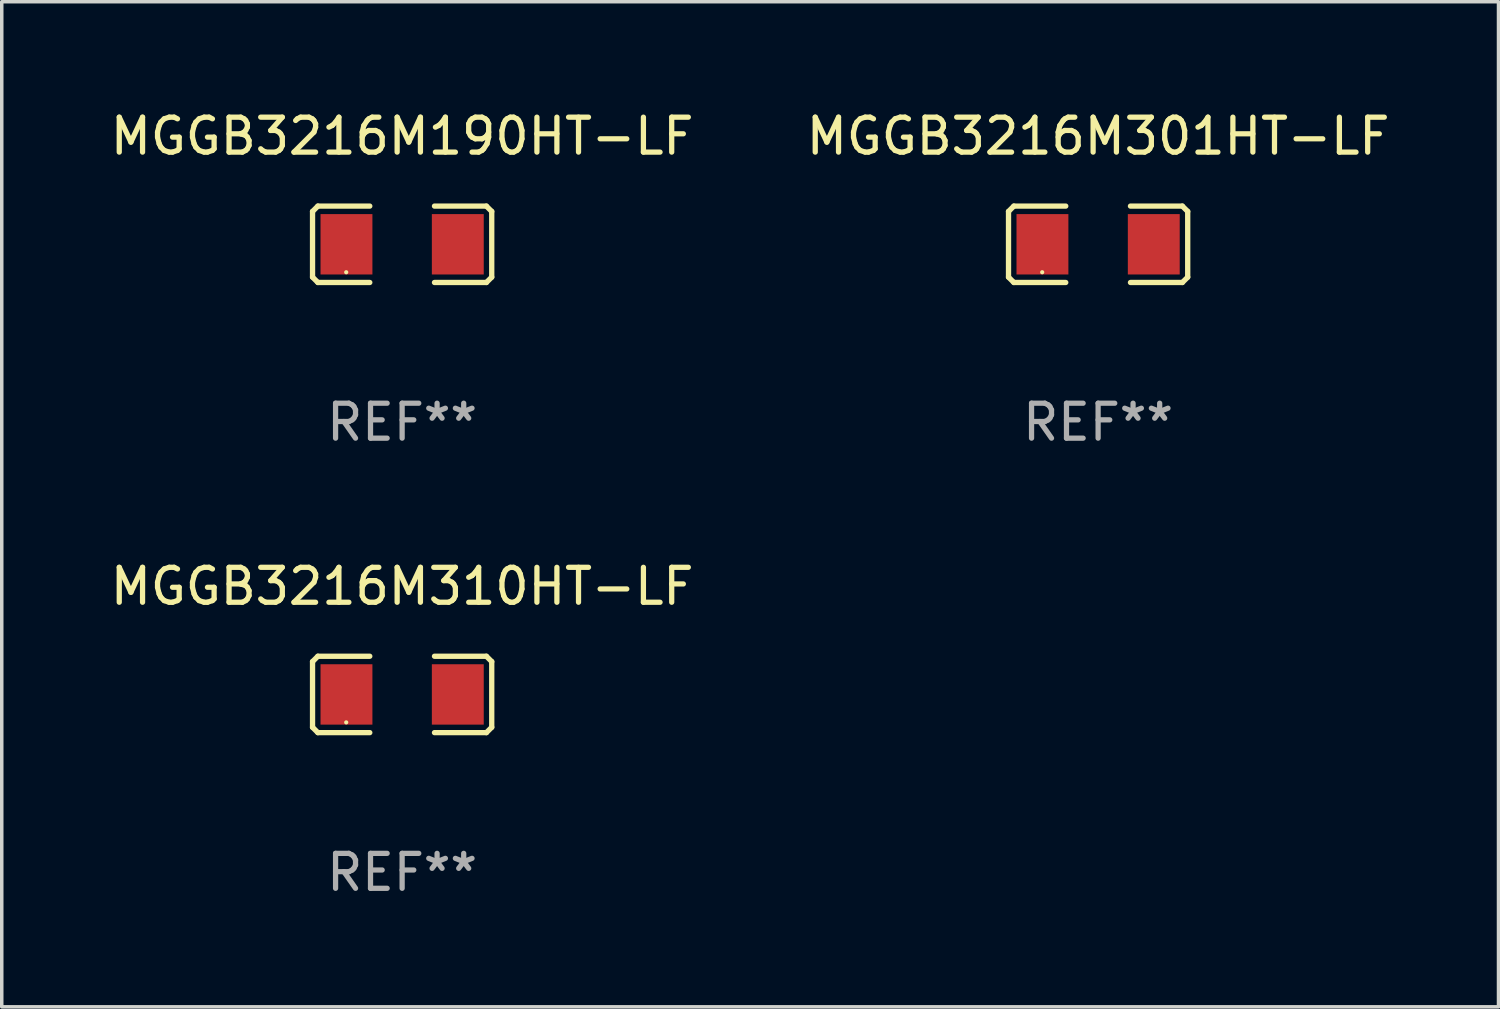
<source format=kicad_pcb>
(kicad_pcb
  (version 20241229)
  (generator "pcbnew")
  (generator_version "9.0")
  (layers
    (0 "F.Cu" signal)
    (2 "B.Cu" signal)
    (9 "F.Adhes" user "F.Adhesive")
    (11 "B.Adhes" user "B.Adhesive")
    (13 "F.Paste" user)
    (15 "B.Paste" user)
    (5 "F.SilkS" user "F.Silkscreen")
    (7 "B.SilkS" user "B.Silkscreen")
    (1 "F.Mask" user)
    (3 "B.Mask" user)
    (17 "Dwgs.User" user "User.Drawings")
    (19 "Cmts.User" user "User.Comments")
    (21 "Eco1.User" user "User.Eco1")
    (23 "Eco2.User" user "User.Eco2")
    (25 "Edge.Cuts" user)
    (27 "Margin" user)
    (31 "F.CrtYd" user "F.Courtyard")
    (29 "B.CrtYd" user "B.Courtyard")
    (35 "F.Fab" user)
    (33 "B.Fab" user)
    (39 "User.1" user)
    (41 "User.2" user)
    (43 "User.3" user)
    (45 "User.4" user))
  (footprint "MGGB3216M310HT-LF"
    (layer "F.Cu")
    (at 8.458 16.823)
    (property "Reference" "MGGB3216M310HT-LF" (at 0 -3.093 0) (layer "F.SilkS") (effects (font (size 1 1) (thickness 0.15))))
    (attr through_hole)
    (fp_line (start -2.564 -0.94) (end -2.411 -1.093) (stroke (width 0.152) (type solid)) (layer "F.SilkS"))
    (fp_line (start -2.564 0.94) (end -2.564 -0.94) (stroke (width 0.152) (type solid)) (layer "F.SilkS"))
    (fp_line (start -2.411 -1.093) (end -0.926 -1.093) (stroke (width 0.152) (type solid)) (layer "F.SilkS"))
    (fp_line (start -2.411 1.093) (end -2.564 0.94) (stroke (width 0.152) (type solid)) (layer "F.SilkS"))
    (fp_line (start -0.926 1.093) (end -2.411 1.093) (stroke (width 0.152) (type solid)) (layer "F.SilkS"))
    (fp_line (start 0.926 1.093) (end 2.411 1.093) (stroke (width 0.152) (type solid)) (layer "F.SilkS"))
    (fp_line (start 2.411 -1.093) (end 0.926 -1.093) (stroke (width 0.152) (type solid)) (layer "F.SilkS"))
    (fp_line (start 2.411 1.093) (end 2.564 0.94) (stroke (width 0.152) (type solid)) (layer "F.SilkS"))
    (fp_line (start 2.564 -0.94) (end 2.411 -1.093) (stroke (width 0.152) (type solid)) (layer "F.SilkS"))
    (fp_line (start 2.564 0.94) (end 2.564 -0.94) (stroke (width 0.152) (type solid)) (layer "F.SilkS"))
    (fp_circle (center -1.6 0.8) (end -1.57 0.8) (stroke (width 0.06) (type solid)) (fill no) (layer "F.SilkS"))
    (fp_text user "REF**" (at 0 5.093 0) (layer "F.Fab") (effects (font (size 1 1) (thickness 0.15))))
    (pad "1" smd rect (at -1.593 0) (size 1.485 1.728) (layers "F.Cu" "F.Mask" "F.Paste"))
    (pad "2" smd rect (at 1.593 0) (size 1.485 1.728) (layers "F.Cu" "F.Mask" "F.Paste")))
  (footprint "MGGB3216M190HT-LF"
    (layer "F.Cu")
    (at 8.458 3.941)
    (property "Reference" "MGGB3216M190HT-LF" (at 0 -3.093 0) (layer "F.SilkS") (effects (font (size 1 1) (thickness 0.15))))
    (attr through_hole)
    (fp_line (start -2.564 -0.94) (end -2.411 -1.093) (stroke (width 0.152) (type solid)) (layer "F.SilkS"))
    (fp_line (start -2.564 0.94) (end -2.564 -0.94) (stroke (width 0.152) (type solid)) (layer "F.SilkS"))
    (fp_line (start -2.411 -1.093) (end -0.926 -1.093) (stroke (width 0.152) (type solid)) (layer "F.SilkS"))
    (fp_line (start -2.411 1.093) (end -2.564 0.94) (stroke (width 0.152) (type solid)) (layer "F.SilkS"))
    (fp_line (start -0.926 1.093) (end -2.411 1.093) (stroke (width 0.152) (type solid)) (layer "F.SilkS"))
    (fp_line (start 0.926 1.093) (end 2.411 1.093) (stroke (width 0.152) (type solid)) (layer "F.SilkS"))
    (fp_line (start 2.411 -1.093) (end 0.926 -1.093) (stroke (width 0.152) (type solid)) (layer "F.SilkS"))
    (fp_line (start 2.411 1.093) (end 2.564 0.94) (stroke (width 0.152) (type solid)) (layer "F.SilkS"))
    (fp_line (start 2.564 -0.94) (end 2.411 -1.093) (stroke (width 0.152) (type solid)) (layer "F.SilkS"))
    (fp_line (start 2.564 0.94) (end 2.564 -0.94) (stroke (width 0.152) (type solid)) (layer "F.SilkS"))
    (fp_circle (center -1.6 0.8) (end -1.57 0.8) (stroke (width 0.06) (type solid)) (fill no) (layer "F.SilkS"))
    (fp_text user "REF**" (at 0 5.093 0) (layer "F.Fab") (effects (font (size 1 1) (thickness 0.15))))
    (pad "1" smd rect (at -1.593 0) (size 1.485 1.728) (layers "F.Cu" "F.Mask" "F.Paste"))
    (pad "2" smd rect (at 1.593 0) (size 1.485 1.728) (layers "F.Cu" "F.Mask" "F.Paste")))
  (footprint "MGGB3216M301HT-LF"
    (layer "F.Cu")
    (at 28.375 3.941)
    (property "Reference" "MGGB3216M301HT-LF" (at 0 -3.093 0) (layer "F.SilkS") (effects (font (size 1 1) (thickness 0.15))))
    (attr through_hole)
    (fp_line (start -2.564 -0.94) (end -2.411 -1.093) (stroke (width 0.152) (type solid)) (layer "F.SilkS"))
    (fp_line (start -2.564 0.94) (end -2.564 -0.94) (stroke (width 0.152) (type solid)) (layer "F.SilkS"))
    (fp_line (start -2.411 -1.093) (end -0.926 -1.093) (stroke (width 0.152) (type solid)) (layer "F.SilkS"))
    (fp_line (start -2.411 1.093) (end -2.564 0.94) (stroke (width 0.152) (type solid)) (layer "F.SilkS"))
    (fp_line (start -0.926 1.093) (end -2.411 1.093) (stroke (width 0.152) (type solid)) (layer "F.SilkS"))
    (fp_line (start 0.926 1.093) (end 2.411 1.093) (stroke (width 0.152) (type solid)) (layer "F.SilkS"))
    (fp_line (start 2.411 -1.093) (end 0.926 -1.093) (stroke (width 0.152) (type solid)) (layer "F.SilkS"))
    (fp_line (start 2.411 1.093) (end 2.564 0.94) (stroke (width 0.152) (type solid)) (layer "F.SilkS"))
    (fp_line (start 2.564 -0.94) (end 2.411 -1.093) (stroke (width 0.152) (type solid)) (layer "F.SilkS"))
    (fp_line (start 2.564 0.94) (end 2.564 -0.94) (stroke (width 0.152) (type solid)) (layer "F.SilkS"))
    (fp_circle (center -1.6 0.8) (end -1.57 0.8) (stroke (width 0.06) (type solid)) (fill no) (layer "F.SilkS"))
    (fp_text user "REF**" (at 0 5.093 0) (layer "F.Fab") (effects (font (size 1 1) (thickness 0.15))))
    (pad "1" smd rect (at -1.593 0) (size 1.485 1.728) (layers "F.Cu" "F.Mask" "F.Paste"))
    (pad "2" smd rect (at 1.593 0) (size 1.485 1.728) (layers "F.Cu" "F.Mask" "F.Paste")))
  (gr_rect
    (start -3 -3)
    (end 39.833 25.763)
    (stroke (width 0.1) (type default))
    (fill no)
    (layer "Edge.Cuts")))
</source>
